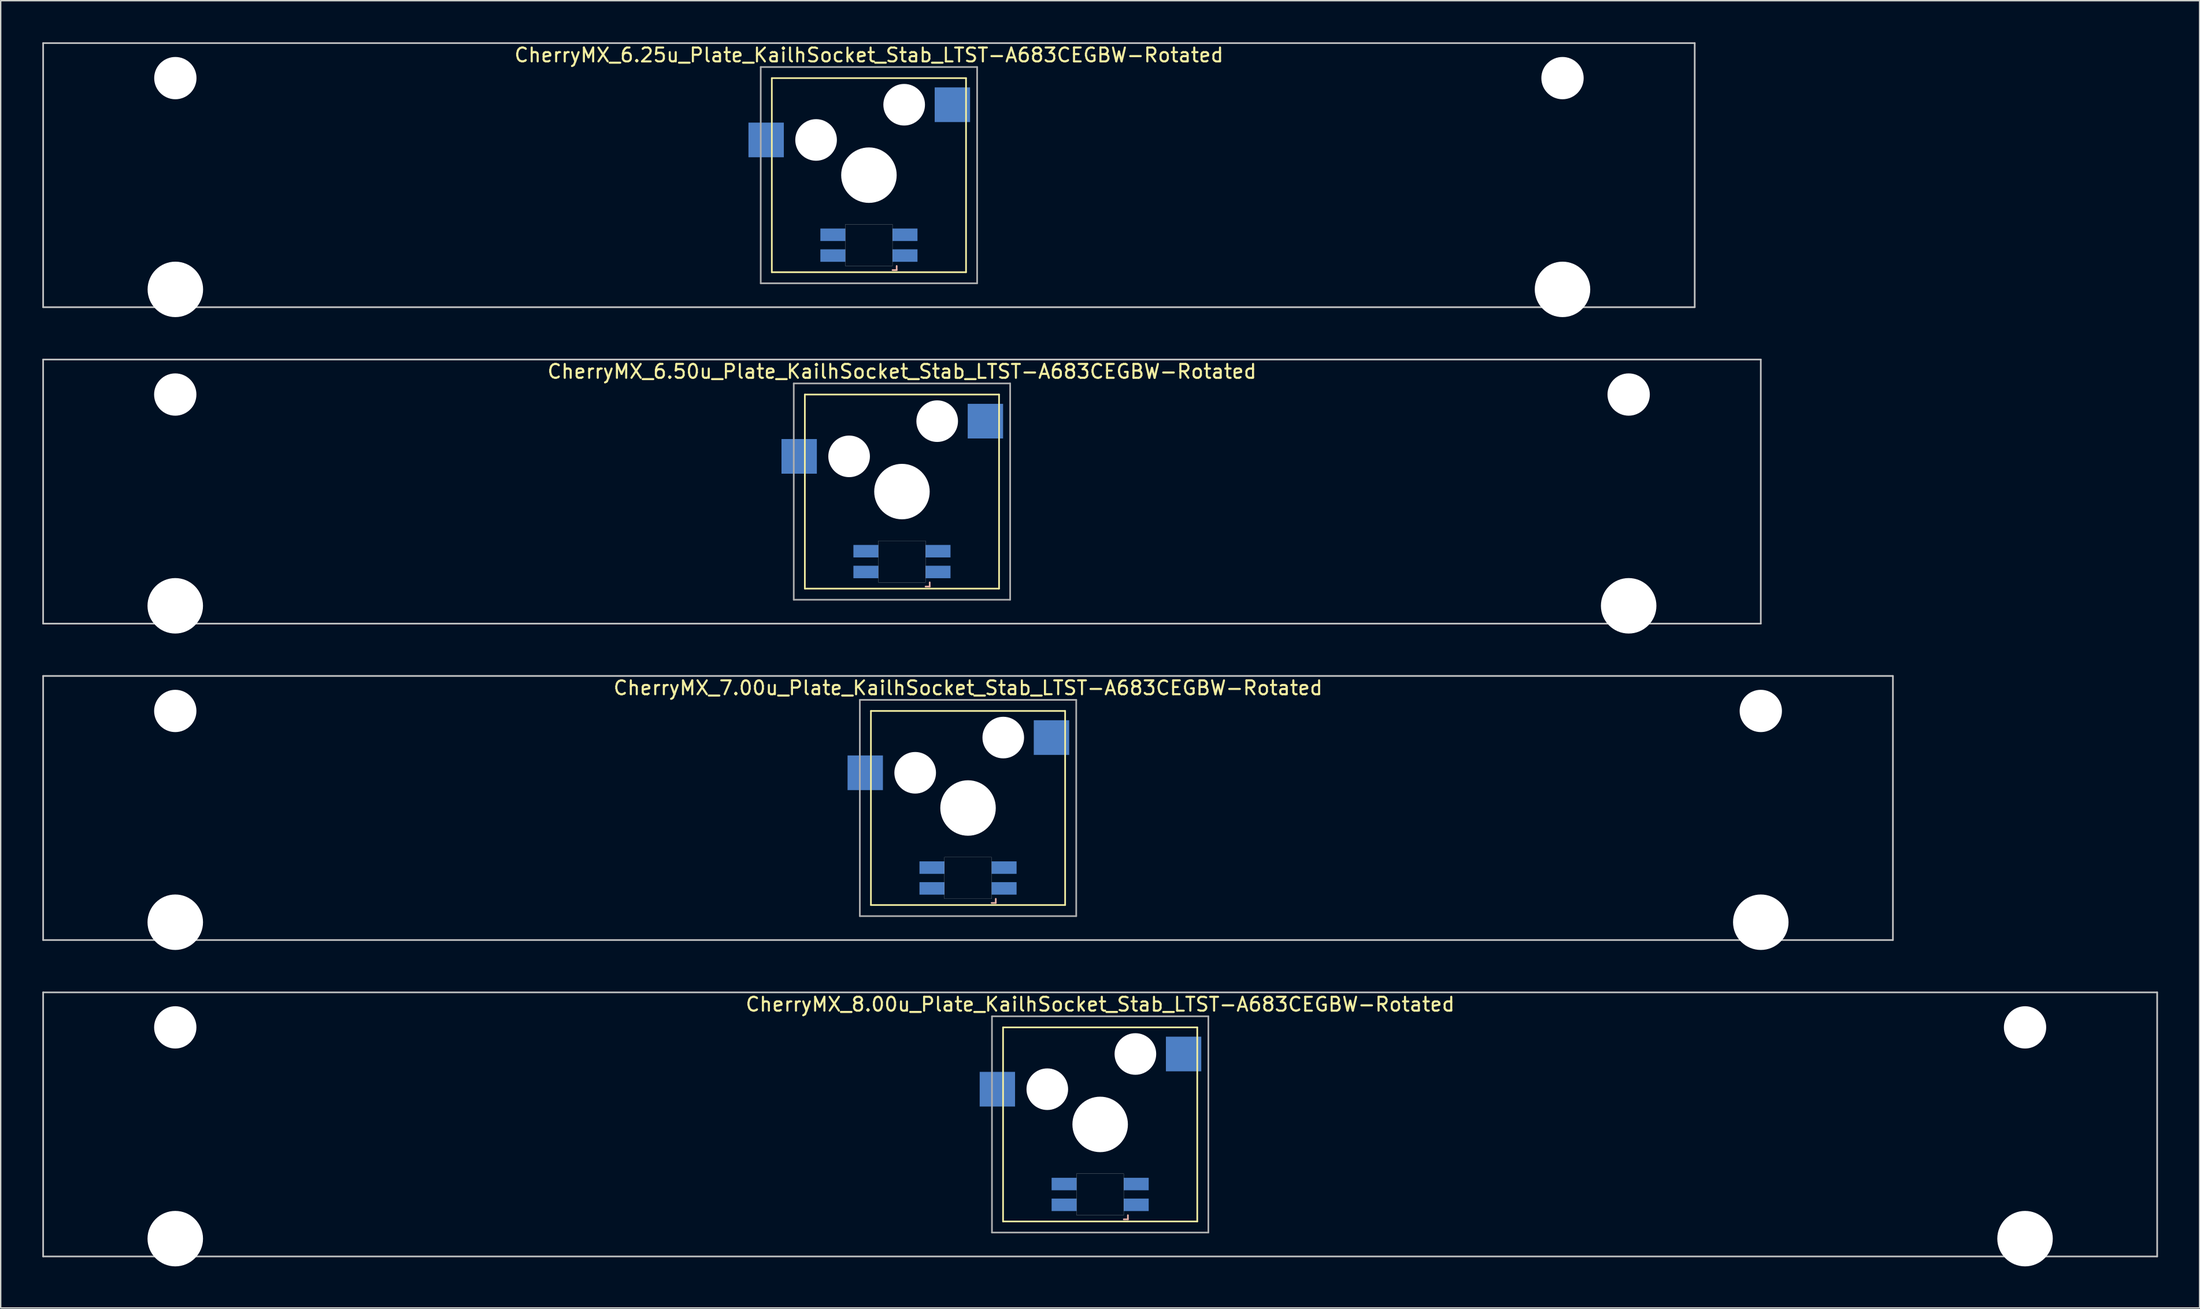
<source format=kicad_pcb>
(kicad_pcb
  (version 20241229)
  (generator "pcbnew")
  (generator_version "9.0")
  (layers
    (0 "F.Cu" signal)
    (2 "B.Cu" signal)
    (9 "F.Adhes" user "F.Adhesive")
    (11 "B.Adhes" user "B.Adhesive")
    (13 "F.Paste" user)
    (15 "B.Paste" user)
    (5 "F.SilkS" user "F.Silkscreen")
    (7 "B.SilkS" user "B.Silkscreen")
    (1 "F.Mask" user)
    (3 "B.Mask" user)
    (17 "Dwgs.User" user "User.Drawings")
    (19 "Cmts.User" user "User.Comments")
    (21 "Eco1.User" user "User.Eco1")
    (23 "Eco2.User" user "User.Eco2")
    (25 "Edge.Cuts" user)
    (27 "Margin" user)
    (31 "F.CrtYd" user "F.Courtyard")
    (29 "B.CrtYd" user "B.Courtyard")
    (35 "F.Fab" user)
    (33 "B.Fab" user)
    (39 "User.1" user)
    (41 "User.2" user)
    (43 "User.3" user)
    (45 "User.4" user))
  (footprint "CherryMX_6.50u_Plate_KailhSocket_Stab_LTST-A683CEGBW-Rotated"
    (layer "F.Cu")
    (at 61.972 32.41)
    (property "Reference" "CherryMX_6.50u_Plate_KailhSocket_Stab_LTST-A683CEGBW-Rotated" (at 0 -8.662 0) (layer "F.SilkS") (effects (font (size 1 1) (thickness 0.15))))
    (attr through_hole)
    (fp_line (start -7 -7) (end -7 7) (stroke (width 0.12) (type solid)) (layer "F.SilkS"))
    (fp_line (start -7 -7) (end 7 -7) (stroke (width 0.12) (type solid)) (layer "F.SilkS"))
    (fp_line (start 7 -7) (end 7 7) (stroke (width 0.12) (type solid)) (layer "F.SilkS"))
    (fp_line (start 7 7) (end -7 7) (stroke (width 0.12) (type solid)) (layer "F.SilkS"))
    (fp_line (start 1.7 6.85) (end 2 6.85) (stroke (width 0.12) (type solid)) (layer "B.SilkS"))
    (fp_line (start 2 6.85) (end 2 6.55) (stroke (width 0.12) (type solid)) (layer "B.SilkS"))
    (fp_line (start -61.913 -9.525) (end 61.913 -9.525) (stroke (width 0.12) (type solid)) (layer "Dwgs.User"))
    (fp_line (start -61.913 9.525) (end -61.913 -9.525) (stroke (width 0.12) (type solid)) (layer "Dwgs.User"))
    (fp_line (start 61.913 -9.525) (end 61.913 9.525) (stroke (width 0.12) (type solid)) (layer "Dwgs.User"))
    (fp_line (start 61.913 9.525) (end -61.913 9.525) (stroke (width 0.12) (type solid)) (layer "Dwgs.User"))
    (fp_poly (pts (xy -1.7 3.55) (xy 1.7 3.55) (xy 1.7 6.55) (xy -1.7 6.55)) (stroke (width 0.01) (type solid)) (fill no) (layer "Edge.Cuts"))
    (fp_line (start -7.8 -7.8) (end -7.8 7.8) (stroke (width 0.12) (type solid)) (layer "F.Fab"))
    (fp_line (start -7.8 -7.8) (end 7.8 -7.8) (stroke (width 0.12) (type solid)) (layer "F.Fab"))
    (fp_line (start -7.8 7.8) (end 7.8 7.8) (stroke (width 0.12) (type solid)) (layer "F.Fab"))
    (fp_line (start 7.8 -7.8) (end 7.8 7.8) (stroke (width 0.12) (type solid)) (layer "F.Fab"))
    (pad "" np_thru_hole circle (at -52.388 -7) (size 3.05 3.05) (drill 3.05) (layers "*.Cu" "*.Mask"))
    (pad "" np_thru_hole circle (at -52.388 8.24) (size 4 4) (drill 4) (layers "*.Cu" "*.Mask"))
    (pad "" np_thru_hole circle (at -3.81 -2.54) (size 3 3) (drill 3) (layers "*.Cu" "*.Mask"))
    (pad "" np_thru_hole circle (at 0 0) (size 4 4) (drill 4) (layers "*.Cu" "*.Mask"))
    (pad "" np_thru_hole circle (at 2.54 -5.08) (size 3 3) (drill 3) (layers "*.Cu" "*.Mask"))
    (pad "" np_thru_hole circle (at 52.388 -7) (size 3.05 3.05) (drill 3.05) (layers "*.Cu" "*.Mask"))
    (pad "" np_thru_hole circle (at 52.388 8.24) (size 4 4) (drill 4) (layers "*.Cu" "*.Mask"))
    (pad "1" smd rect (at -7.41 -2.54) (size 2.55 2.5) (layers "B.Cu" "B.Mask" "B.Paste"))
    (pad "2" smd rect (at 6.015 -5.08) (size 2.55 2.5) (layers "B.Cu" "B.Mask" "B.Paste"))
    (pad "3" smd rect (at 2.6 5.8 180) (size 1.8 0.9) (layers "B.Cu" "B.Mask" "B.Paste"))
    (pad "4" smd rect (at 2.6 4.3 180) (size 1.8 0.9) (layers "B.Cu" "B.Mask" "B.Paste"))
    (pad "5" smd rect (at -2.6 5.8 180) (size 1.8 0.9) (layers "B.Cu" "B.Mask" "B.Paste"))
    (pad "6" smd rect (at -2.6 4.3 180) (size 1.8 0.9) (layers "B.Cu" "B.Mask" "B.Paste")))
  (footprint "CherryMX_6.25u_Plate_KailhSocket_Stab_LTST-A683CEGBW-Rotated"
    (layer "F.Cu")
    (at 59.591 9.585)
    (property "Reference" "CherryMX_6.25u_Plate_KailhSocket_Stab_LTST-A683CEGBW-Rotated" (at 0 -8.662 0) (layer "F.SilkS") (effects (font (size 1 1) (thickness 0.15))))
    (attr through_hole)
    (fp_line (start -7 -7) (end -7 7) (stroke (width 0.12) (type solid)) (layer "F.SilkS"))
    (fp_line (start -7 -7) (end 7 -7) (stroke (width 0.12) (type solid)) (layer "F.SilkS"))
    (fp_line (start 7 -7) (end 7 7) (stroke (width 0.12) (type solid)) (layer "F.SilkS"))
    (fp_line (start 7 7) (end -7 7) (stroke (width 0.12) (type solid)) (layer "F.SilkS"))
    (fp_line (start 1.7 6.85) (end 2 6.85) (stroke (width 0.12) (type solid)) (layer "B.SilkS"))
    (fp_line (start 2 6.85) (end 2 6.55) (stroke (width 0.12) (type solid)) (layer "B.SilkS"))
    (fp_line (start -59.531 -9.525) (end 59.531 -9.525) (stroke (width 0.12) (type solid)) (layer "Dwgs.User"))
    (fp_line (start -59.531 9.525) (end -59.531 -9.525) (stroke (width 0.12) (type solid)) (layer "Dwgs.User"))
    (fp_line (start 59.531 -9.525) (end 59.531 9.525) (stroke (width 0.12) (type solid)) (layer "Dwgs.User"))
    (fp_line (start 59.531 9.525) (end -59.531 9.525) (stroke (width 0.12) (type solid)) (layer "Dwgs.User"))
    (fp_poly (pts (xy -1.7 3.55) (xy 1.7 3.55) (xy 1.7 6.55) (xy -1.7 6.55)) (stroke (width 0.01) (type solid)) (fill no) (layer "Edge.Cuts"))
    (fp_line (start -7.8 -7.8) (end -7.8 7.8) (stroke (width 0.12) (type solid)) (layer "F.Fab"))
    (fp_line (start -7.8 -7.8) (end 7.8 -7.8) (stroke (width 0.12) (type solid)) (layer "F.Fab"))
    (fp_line (start -7.8 7.8) (end 7.8 7.8) (stroke (width 0.12) (type solid)) (layer "F.Fab"))
    (fp_line (start 7.8 -7.8) (end 7.8 7.8) (stroke (width 0.12) (type solid)) (layer "F.Fab"))
    (pad "" np_thru_hole circle (at -50 -7) (size 3.05 3.05) (drill 3.05) (layers "*.Cu" "*.Mask"))
    (pad "" np_thru_hole circle (at -50 8.24) (size 4 4) (drill 4) (layers "*.Cu" "*.Mask"))
    (pad "" np_thru_hole circle (at -3.81 -2.54) (size 3 3) (drill 3) (layers "*.Cu" "*.Mask"))
    (pad "" np_thru_hole circle (at 0 0) (size 4 4) (drill 4) (layers "*.Cu" "*.Mask"))
    (pad "" np_thru_hole circle (at 2.54 -5.08) (size 3 3) (drill 3) (layers "*.Cu" "*.Mask"))
    (pad "" np_thru_hole circle (at 50 -7) (size 3.05 3.05) (drill 3.05) (layers "*.Cu" "*.Mask"))
    (pad "" np_thru_hole circle (at 50 8.24) (size 4 4) (drill 4) (layers "*.Cu" "*.Mask"))
    (pad "1" smd rect (at -7.41 -2.54) (size 2.55 2.5) (layers "B.Cu" "B.Mask" "B.Paste"))
    (pad "2" smd rect (at 6.015 -5.08) (size 2.55 2.5) (layers "B.Cu" "B.Mask" "B.Paste"))
    (pad "3" smd rect (at 2.6 5.8 180) (size 1.8 0.9) (layers "B.Cu" "B.Mask" "B.Paste"))
    (pad "4" smd rect (at 2.6 4.3 180) (size 1.8 0.9) (layers "B.Cu" "B.Mask" "B.Paste"))
    (pad "5" smd rect (at -2.6 5.8 180) (size 1.8 0.9) (layers "B.Cu" "B.Mask" "B.Paste"))
    (pad "6" smd rect (at -2.6 4.3 180) (size 1.8 0.9) (layers "B.Cu" "B.Mask" "B.Paste")))
  (footprint "CherryMX_7.00u_Plate_KailhSocket_Stab_LTST-A683CEGBW-Rotated"
    (layer "F.Cu")
    (at 66.735 55.235)
    (property "Reference" "CherryMX_7.00u_Plate_KailhSocket_Stab_LTST-A683CEGBW-Rotated" (at 0 -8.662 0) (layer "F.SilkS") (effects (font (size 1 1) (thickness 0.15))))
    (attr through_hole)
    (fp_line (start -7 -7) (end -7 7) (stroke (width 0.12) (type solid)) (layer "F.SilkS"))
    (fp_line (start -7 -7) (end 7 -7) (stroke (width 0.12) (type solid)) (layer "F.SilkS"))
    (fp_line (start 7 -7) (end 7 7) (stroke (width 0.12) (type solid)) (layer "F.SilkS"))
    (fp_line (start 7 7) (end -7 7) (stroke (width 0.12) (type solid)) (layer "F.SilkS"))
    (fp_line (start 1.7 6.85) (end 2 6.85) (stroke (width 0.12) (type solid)) (layer "B.SilkS"))
    (fp_line (start 2 6.85) (end 2 6.55) (stroke (width 0.12) (type solid)) (layer "B.SilkS"))
    (fp_line (start -66.675 -9.525) (end 66.675 -9.525) (stroke (width 0.12) (type solid)) (layer "Dwgs.User"))
    (fp_line (start -66.675 9.525) (end -66.675 -9.525) (stroke (width 0.12) (type solid)) (layer "Dwgs.User"))
    (fp_line (start 66.675 -9.525) (end 66.675 9.525) (stroke (width 0.12) (type solid)) (layer "Dwgs.User"))
    (fp_line (start 66.675 9.525) (end -66.675 9.525) (stroke (width 0.12) (type solid)) (layer "Dwgs.User"))
    (fp_poly (pts (xy -1.7 3.55) (xy 1.7 3.55) (xy 1.7 6.55) (xy -1.7 6.55)) (stroke (width 0.01) (type solid)) (fill no) (layer "Edge.Cuts"))
    (fp_line (start -7.8 -7.8) (end -7.8 7.8) (stroke (width 0.12) (type solid)) (layer "F.Fab"))
    (fp_line (start -7.8 -7.8) (end 7.8 -7.8) (stroke (width 0.12) (type solid)) (layer "F.Fab"))
    (fp_line (start -7.8 7.8) (end 7.8 7.8) (stroke (width 0.12) (type solid)) (layer "F.Fab"))
    (fp_line (start 7.8 -7.8) (end 7.8 7.8) (stroke (width 0.12) (type solid)) (layer "F.Fab"))
    (pad "" np_thru_hole circle (at -57.15 -7) (size 3.05 3.05) (drill 3.05) (layers "*.Cu" "*.Mask"))
    (pad "" np_thru_hole circle (at -57.15 8.24) (size 4 4) (drill 4) (layers "*.Cu" "*.Mask"))
    (pad "" np_thru_hole circle (at -3.81 -2.54) (size 3 3) (drill 3) (layers "*.Cu" "*.Mask"))
    (pad "" np_thru_hole circle (at 0 0) (size 4 4) (drill 4) (layers "*.Cu" "*.Mask"))
    (pad "" np_thru_hole circle (at 2.54 -5.08) (size 3 3) (drill 3) (layers "*.Cu" "*.Mask"))
    (pad "" np_thru_hole circle (at 57.15 -7) (size 3.05 3.05) (drill 3.05) (layers "*.Cu" "*.Mask"))
    (pad "" np_thru_hole circle (at 57.15 8.24) (size 4 4) (drill 4) (layers "*.Cu" "*.Mask"))
    (pad "1" smd rect (at -7.41 -2.54) (size 2.55 2.5) (layers "B.Cu" "B.Mask" "B.Paste"))
    (pad "2" smd rect (at 6.015 -5.08) (size 2.55 2.5) (layers "B.Cu" "B.Mask" "B.Paste"))
    (pad "3" smd rect (at 2.6 5.8 180) (size 1.8 0.9) (layers "B.Cu" "B.Mask" "B.Paste"))
    (pad "4" smd rect (at 2.6 4.3 180) (size 1.8 0.9) (layers "B.Cu" "B.Mask" "B.Paste"))
    (pad "5" smd rect (at -2.6 5.8 180) (size 1.8 0.9) (layers "B.Cu" "B.Mask" "B.Paste"))
    (pad "6" smd rect (at -2.6 4.3 180) (size 1.8 0.9) (layers "B.Cu" "B.Mask" "B.Paste")))
  (footprint "CherryMX_8.00u_Plate_KailhSocket_Stab_LTST-A683CEGBW-Rotated"
    (layer "F.Cu")
    (at 76.26 78.06)
    (property "Reference" "CherryMX_8.00u_Plate_KailhSocket_Stab_LTST-A683CEGBW-Rotated" (at 0 -8.662 0) (layer "F.SilkS") (effects (font (size 1 1) (thickness 0.15))))
    (attr through_hole)
    (fp_line (start -7 -7) (end -7 7) (stroke (width 0.12) (type solid)) (layer "F.SilkS"))
    (fp_line (start -7 -7) (end 7 -7) (stroke (width 0.12) (type solid)) (layer "F.SilkS"))
    (fp_line (start 7 -7) (end 7 7) (stroke (width 0.12) (type solid)) (layer "F.SilkS"))
    (fp_line (start 7 7) (end -7 7) (stroke (width 0.12) (type solid)) (layer "F.SilkS"))
    (fp_line (start 1.7 6.85) (end 2 6.85) (stroke (width 0.12) (type solid)) (layer "B.SilkS"))
    (fp_line (start 2 6.85) (end 2 6.55) (stroke (width 0.12) (type solid)) (layer "B.SilkS"))
    (fp_line (start -76.2 -9.525) (end 76.2 -9.525) (stroke (width 0.12) (type solid)) (layer "Dwgs.User"))
    (fp_line (start -76.2 9.525) (end -76.2 -9.525) (stroke (width 0.12) (type solid)) (layer "Dwgs.User"))
    (fp_line (start 76.2 -9.525) (end 76.2 9.525) (stroke (width 0.12) (type solid)) (layer "Dwgs.User"))
    (fp_line (start 76.2 9.525) (end -76.2 9.525) (stroke (width 0.12) (type solid)) (layer "Dwgs.User"))
    (fp_poly (pts (xy -1.7 3.55) (xy 1.7 3.55) (xy 1.7 6.55) (xy -1.7 6.55)) (stroke (width 0.01) (type solid)) (fill no) (layer "Edge.Cuts"))
    (fp_line (start -7.8 -7.8) (end -7.8 7.8) (stroke (width 0.12) (type solid)) (layer "F.Fab"))
    (fp_line (start -7.8 -7.8) (end 7.8 -7.8) (stroke (width 0.12) (type solid)) (layer "F.Fab"))
    (fp_line (start -7.8 7.8) (end 7.8 7.8) (stroke (width 0.12) (type solid)) (layer "F.Fab"))
    (fp_line (start 7.8 -7.8) (end 7.8 7.8) (stroke (width 0.12) (type solid)) (layer "F.Fab"))
    (pad "" np_thru_hole circle (at -66.675 -7) (size 3.05 3.05) (drill 3.05) (layers "*.Cu" "*.Mask"))
    (pad "" np_thru_hole circle (at -66.675 8.24) (size 4 4) (drill 4) (layers "*.Cu" "*.Mask"))
    (pad "" np_thru_hole circle (at -3.81 -2.54) (size 3 3) (drill 3) (layers "*.Cu" "*.Mask"))
    (pad "" np_thru_hole circle (at 0 0) (size 4 4) (drill 4) (layers "*.Cu" "*.Mask"))
    (pad "" np_thru_hole circle (at 2.54 -5.08) (size 3 3) (drill 3) (layers "*.Cu" "*.Mask"))
    (pad "" np_thru_hole circle (at 66.675 -7) (size 3.05 3.05) (drill 3.05) (layers "*.Cu" "*.Mask"))
    (pad "" np_thru_hole circle (at 66.675 8.24) (size 4 4) (drill 4) (layers "*.Cu" "*.Mask"))
    (pad "1" smd rect (at -7.41 -2.54) (size 2.55 2.5) (layers "B.Cu" "B.Mask" "B.Paste"))
    (pad "2" smd rect (at 6.015 -5.08) (size 2.55 2.5) (layers "B.Cu" "B.Mask" "B.Paste"))
    (pad "3" smd rect (at 2.6 5.8 180) (size 1.8 0.9) (layers "B.Cu" "B.Mask" "B.Paste"))
    (pad "4" smd rect (at 2.6 4.3 180) (size 1.8 0.9) (layers "B.Cu" "B.Mask" "B.Paste"))
    (pad "5" smd rect (at -2.6 5.8 180) (size 1.8 0.9) (layers "B.Cu" "B.Mask" "B.Paste"))
    (pad "6" smd rect (at -2.6 4.3 180) (size 1.8 0.9) (layers "B.Cu" "B.Mask" "B.Paste")))
  (gr_rect
    (start -3 -3)
    (end 155.52 91.3)
    (stroke (width 0.1) (type default))
    (fill no)
    (layer "Edge.Cuts")))
</source>
